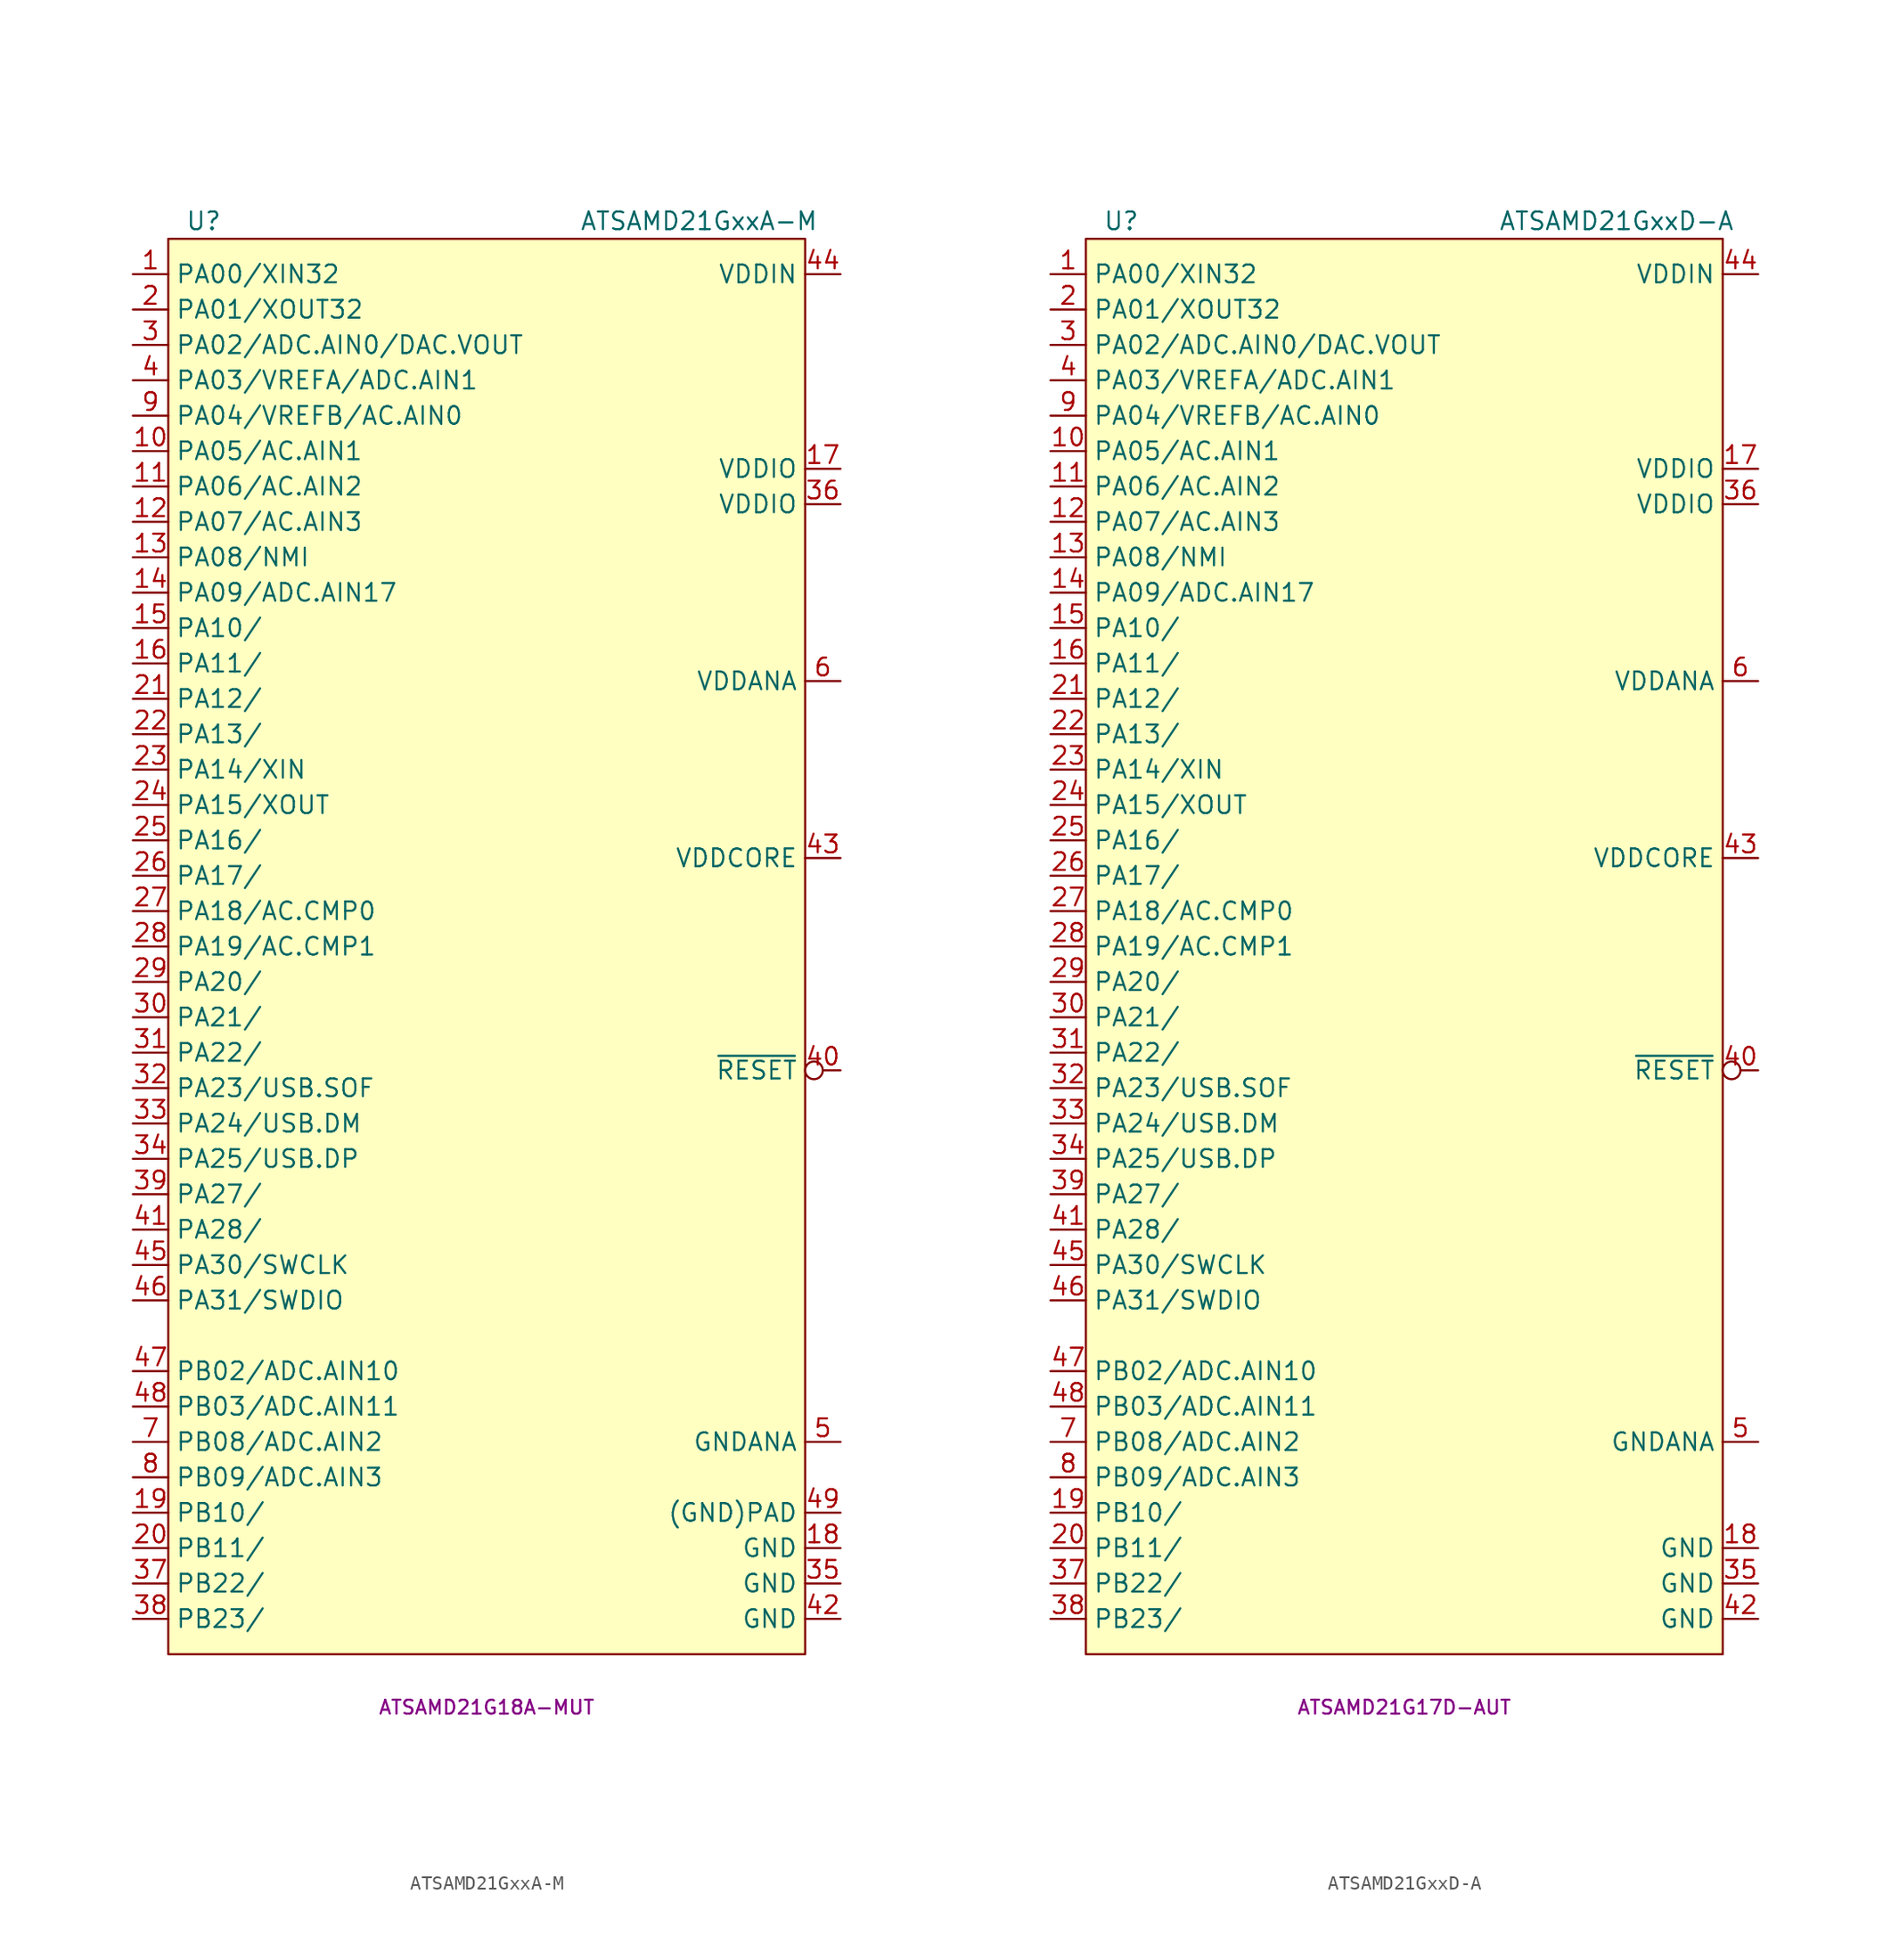
<source format=kicad_sym>
(kicad_symbol_lib
  (version 20231120)
  (generator "kicad_symbol_editor")
  (generator_version "8.0")
  (symbol "ATSAMD21GxxA-M"
    (property "Reference" "U"
      (at -20.32 49.53 0)
      (effects (font (size 1.27 1.27))))
    (property "Value" "ATSAMD21GxxA-M"
      (at 15.24 49.53 0)
      (effects (font (size 1.27 1.27))))
    (property "MPN" "ATSAMD21G18A-MUT"
      (at 0 -57.15 0)
      (effects (font (size 1 1))))
    (symbol "ATSAMD21GxxA-M_0_1"
      (rectangle (start -22.86 48.26) (end 22.86 -53.34) (stroke (width 0.152) (type default)) (fill (type background))))
    (symbol "ATSAMD21GxxA-M_1_1"
      (pin bidirectional line (at -25.4 45.72 0) (length 2.54) (name "PA00/XIN32" (effects (font (size 1.27 1.27)))) (number "1" (effects (font (size 1.27 1.27)))))
      (pin bidirectional line (at -25.4 33.02 0) (length 2.54) (name "PA05/AC.AIN1" (effects (font (size 1.27 1.27)))) (number "10" (effects (font (size 1.27 1.27)))))
      (pin bidirectional line (at -25.4 30.48 0) (length 2.54) (name "PA06/AC.AIN2" (effects (font (size 1.27 1.27)))) (number "11" (effects (font (size 1.27 1.27)))))
      (pin bidirectional line (at -25.4 27.94 0) (length 2.54) (name "PA07/AC.AIN3" (effects (font (size 1.27 1.27)))) (number "12" (effects (font (size 1.27 1.27)))))
      (pin bidirectional line (at -25.4 25.4 0) (length 2.54) (name "PA08/NMI" (effects (font (size 1.27 1.27)))) (number "13" (effects (font (size 1.27 1.27)))))
      (pin bidirectional line (at -25.4 22.86 0) (length 2.54) (name "PA09/ADC.AIN17" (effects (font (size 1.27 1.27)))) (number "14" (effects (font (size 1.27 1.27)))))
      (pin bidirectional line (at -25.4 20.32 0) (length 2.54) (name "PA10/" (effects (font (size 1.27 1.27)))) (number "15" (effects (font (size 1.27 1.27)))))
      (pin bidirectional line (at -25.4 17.78 0) (length 2.54) (name "PA11/" (effects (font (size 1.27 1.27)))) (number "16" (effects (font (size 1.27 1.27)))))
      (pin power_in line (at 25.4 31.75 180) (length 2.54) (name "VDDIO" (effects (font (size 1.27 1.27)))) (number "17" (effects (font (size 1.27 1.27)))))
      (pin power_in line (at 25.4 -45.72 180) (length 2.54) (name "GND" (effects (font (size 1.27 1.27)))) (number "18" (effects (font (size 1.27 1.27)))))
      (pin bidirectional line (at -25.4 -43.18 0) (length 2.54) (name "PB10/" (effects (font (size 1.27 1.27)))) (number "19" (effects (font (size 1.27 1.27)))))
      (pin bidirectional line (at -25.4 43.18 0) (length 2.54) (name "PA01/XOUT32" (effects (font (size 1.27 1.27)))) (number "2" (effects (font (size 1.27 1.27)))))
      (pin bidirectional line (at -25.4 -45.72 0) (length 2.54) (name "PB11/" (effects (font (size 1.27 1.27)))) (number "20" (effects (font (size 1.27 1.27)))))
      (pin bidirectional line (at -25.4 15.24 0) (length 2.54) (name "PA12/" (effects (font (size 1.27 1.27)))) (number "21" (effects (font (size 1.27 1.27)))))
      (pin bidirectional line (at -25.4 12.7 0) (length 2.54) (name "PA13/" (effects (font (size 1.27 1.27)))) (number "22" (effects (font (size 1.27 1.27)))))
      (pin bidirectional line (at -25.4 10.16 0) (length 2.54) (name "PA14/XIN" (effects (font (size 1.27 1.27)))) (number "23" (effects (font (size 1.27 1.27)))))
      (pin bidirectional line (at -25.4 7.62 0) (length 2.54) (name "PA15/XOUT" (effects (font (size 1.27 1.27)))) (number "24" (effects (font (size 1.27 1.27)))))
      (pin bidirectional line (at -25.4 5.08 0) (length 2.54) (name "PA16/" (effects (font (size 1.27 1.27)))) (number "25" (effects (font (size 1.27 1.27)))))
      (pin bidirectional line (at -25.4 2.54 0) (length 2.54) (name "PA17/" (effects (font (size 1.27 1.27)))) (number "26" (effects (font (size 1.27 1.27)))))
      (pin bidirectional line (at -25.4 0 0) (length 2.54) (name "PA18/AC.CMP0" (effects (font (size 1.27 1.27)))) (number "27" (effects (font (size 1.27 1.27)))))
      (pin bidirectional line (at -25.4 -2.54 0) (length 2.54) (name "PA19/AC.CMP1" (effects (font (size 1.27 1.27)))) (number "28" (effects (font (size 1.27 1.27)))))
      (pin bidirectional line (at -25.4 -5.08 0) (length 2.54) (name "PA20/" (effects (font (size 1.27 1.27)))) (number "29" (effects (font (size 1.27 1.27)))))
      (pin bidirectional line (at -25.4 40.64 0) (length 2.54) (name "PA02/ADC.AIN0/DAC.VOUT" (effects (font (size 1.27 1.27)))) (number "3" (effects (font (size 1.27 1.27)))))
      (pin bidirectional line (at -25.4 -7.62 0) (length 2.54) (name "PA21/" (effects (font (size 1.27 1.27)))) (number "30" (effects (font (size 1.27 1.27)))))
      (pin bidirectional line (at -25.4 -10.16 0) (length 2.54) (name "PA22/" (effects (font (size 1.27 1.27)))) (number "31" (effects (font (size 1.27 1.27)))))
      (pin bidirectional line (at -25.4 -12.7 0) (length 2.54) (name "PA23/USB.SOF" (effects (font (size 1.27 1.27)))) (number "32" (effects (font (size 1.27 1.27)))))
      (pin bidirectional line (at -25.4 -15.24 0) (length 2.54) (name "PA24/USB.DM" (effects (font (size 1.27 1.27)))) (number "33" (effects (font (size 1.27 1.27)))))
      (pin bidirectional line (at -25.4 -17.78 0) (length 2.54) (name "PA25/USB.DP" (effects (font (size 1.27 1.27)))) (number "34" (effects (font (size 1.27 1.27)))))
      (pin power_in line (at 25.4 -48.26 180) (length 2.54) (name "GND" (effects (font (size 1.27 1.27)))) (number "35" (effects (font (size 1.27 1.27)))))
      (pin power_in line (at 25.4 29.21 180) (length 2.54) (name "VDDIO" (effects (font (size 1.27 1.27)))) (number "36" (effects (font (size 1.27 1.27)))))
      (pin bidirectional line (at -25.4 -48.26 0) (length 2.54) (name "PB22/" (effects (font (size 1.27 1.27)))) (number "37" (effects (font (size 1.27 1.27)))))
      (pin bidirectional line (at -25.4 -50.8 0) (length 2.54) (name "PB23/" (effects (font (size 1.27 1.27)))) (number "38" (effects (font (size 1.27 1.27)))))
      (pin bidirectional line (at -25.4 -20.32 0) (length 2.54) (name "PA27/" (effects (font (size 1.27 1.27)))) (number "39" (effects (font (size 1.27 1.27)))))
      (pin bidirectional line (at -25.4 38.1 0) (length 2.54) (name "PA03/VREFA/ADC.AIN1" (effects (font (size 1.27 1.27)))) (number "4" (effects (font (size 1.27 1.27)))))
      (pin input inverted (at 25.4 -11.43 180) (length 2.54) (name "~{RESET}" (effects (font (size 1.27 1.27)))) (number "40" (effects (font (size 1.27 1.27)))))
      (pin bidirectional line (at -25.4 -22.86 0) (length 2.54) (name "PA28/" (effects (font (size 1.27 1.27)))) (number "41" (effects (font (size 1.27 1.27)))))
      (pin power_in line (at 25.4 -50.8 180) (length 2.54) (name "GND" (effects (font (size 1.27 1.27)))) (number "42" (effects (font (size 1.27 1.27)))))
      (pin power_in line (at 25.4 3.81 180) (length 2.54) (name "VDDCORE" (effects (font (size 1.27 1.27)))) (number "43" (effects (font (size 1.27 1.27)))))
      (pin power_in line (at 25.4 45.72 180) (length 2.54) (name "VDDIN" (effects (font (size 1.27 1.27)))) (number "44" (effects (font (size 1.27 1.27)))))
      (pin bidirectional line (at -25.4 -25.4 0) (length 2.54) (name "PA30/SWCLK" (effects (font (size 1.27 1.27)))) (number "45" (effects (font (size 1.27 1.27)))))
      (pin bidirectional line (at -25.4 -27.94 0) (length 2.54) (name "PA31/SWDIO" (effects (font (size 1.27 1.27)))) (number "46" (effects (font (size 1.27 1.27)))))
      (pin bidirectional line (at -25.4 -33.02 0) (length 2.54) (name "PB02/ADC.AIN10" (effects (font (size 1.27 1.27)))) (number "47" (effects (font (size 1.27 1.27)))))
      (pin bidirectional line (at -25.4 -35.56 0) (length 2.54) (name "PB03/ADC.AIN11" (effects (font (size 1.27 1.27)))) (number "48" (effects (font (size 1.27 1.27)))))
      (pin power_in line (at 25.4 -43.18 180) (length 2.54) (name "(GND)PAD" (effects (font (size 1.27 1.27)))) (number "49" (effects (font (size 1.27 1.27)))))
      (pin power_in line (at 25.4 -38.1 180) (length 2.54) (name "GNDANA" (effects (font (size 1.27 1.27)))) (number "5" (effects (font (size 1.27 1.27)))))
      (pin power_in line (at 25.4 16.51 180) (length 2.54) (name "VDDANA" (effects (font (size 1.27 1.27)))) (number "6" (effects (font (size 1.27 1.27)))))
      (pin bidirectional line (at -25.4 -38.1 0) (length 2.54) (name "PB08/ADC.AIN2" (effects (font (size 1.27 1.27)))) (number "7" (effects (font (size 1.27 1.27)))))
      (pin bidirectional line (at -25.4 -40.64 0) (length 2.54) (name "PB09/ADC.AIN3" (effects (font (size 1.27 1.27)))) (number "8" (effects (font (size 1.27 1.27)))))
      (pin bidirectional line (at -25.4 35.56 0) (length 2.54) (name "PA04/VREFB/AC.AIN0" (effects (font (size 1.27 1.27)))) (number "9" (effects (font (size 1.27 1.27)))))))
  (symbol "ATSAMD21GxxD-A"
    (property "Reference" "U"
      (at -20.32 49.53 0)
      (effects (font (size 1.27 1.27))))
    (property "Value" "ATSAMD21GxxD-A"
      (at 15.24 49.53 0)
      (effects (font (size 1.27 1.27))))
    (property "MPN" "ATSAMD21G17D-AUT"
      (at 0 -57.15 0)
      (effects (font (size 1 1))))
    (symbol "ATSAMD21GxxD-A_0_1"
      (rectangle (start -22.86 48.26) (end 22.86 -53.34) (stroke (width 0.152) (type default)) (fill (type background))))
    (symbol "ATSAMD21GxxD-A_1_1"
      (pin bidirectional line (at -25.4 45.72 0) (length 2.54) (name "PA00/XIN32" (effects (font (size 1.27 1.27)))) (number "1" (effects (font (size 1.27 1.27)))))
      (pin bidirectional line (at -25.4 33.02 0) (length 2.54) (name "PA05/AC.AIN1" (effects (font (size 1.27 1.27)))) (number "10" (effects (font (size 1.27 1.27)))))
      (pin bidirectional line (at -25.4 30.48 0) (length 2.54) (name "PA06/AC.AIN2" (effects (font (size 1.27 1.27)))) (number "11" (effects (font (size 1.27 1.27)))))
      (pin bidirectional line (at -25.4 27.94 0) (length 2.54) (name "PA07/AC.AIN3" (effects (font (size 1.27 1.27)))) (number "12" (effects (font (size 1.27 1.27)))))
      (pin bidirectional line (at -25.4 25.4 0) (length 2.54) (name "PA08/NMI" (effects (font (size 1.27 1.27)))) (number "13" (effects (font (size 1.27 1.27)))))
      (pin bidirectional line (at -25.4 22.86 0) (length 2.54) (name "PA09/ADC.AIN17" (effects (font (size 1.27 1.27)))) (number "14" (effects (font (size 1.27 1.27)))))
      (pin bidirectional line (at -25.4 20.32 0) (length 2.54) (name "PA10/" (effects (font (size 1.27 1.27)))) (number "15" (effects (font (size 1.27 1.27)))))
      (pin bidirectional line (at -25.4 17.78 0) (length 2.54) (name "PA11/" (effects (font (size 1.27 1.27)))) (number "16" (effects (font (size 1.27 1.27)))))
      (pin power_in line (at 25.4 31.75 180) (length 2.54) (name "VDDIO" (effects (font (size 1.27 1.27)))) (number "17" (effects (font (size 1.27 1.27)))))
      (pin power_in line (at 25.4 -45.72 180) (length 2.54) (name "GND" (effects (font (size 1.27 1.27)))) (number "18" (effects (font (size 1.27 1.27)))))
      (pin bidirectional line (at -25.4 -43.18 0) (length 2.54) (name "PB10/" (effects (font (size 1.27 1.27)))) (number "19" (effects (font (size 1.27 1.27)))))
      (pin bidirectional line (at -25.4 43.18 0) (length 2.54) (name "PA01/XOUT32" (effects (font (size 1.27 1.27)))) (number "2" (effects (font (size 1.27 1.27)))))
      (pin bidirectional line (at -25.4 -45.72 0) (length 2.54) (name "PB11/" (effects (font (size 1.27 1.27)))) (number "20" (effects (font (size 1.27 1.27)))))
      (pin bidirectional line (at -25.4 15.24 0) (length 2.54) (name "PA12/" (effects (font (size 1.27 1.27)))) (number "21" (effects (font (size 1.27 1.27)))))
      (pin bidirectional line (at -25.4 12.7 0) (length 2.54) (name "PA13/" (effects (font (size 1.27 1.27)))) (number "22" (effects (font (size 1.27 1.27)))))
      (pin bidirectional line (at -25.4 10.16 0) (length 2.54) (name "PA14/XIN" (effects (font (size 1.27 1.27)))) (number "23" (effects (font (size 1.27 1.27)))))
      (pin bidirectional line (at -25.4 7.62 0) (length 2.54) (name "PA15/XOUT" (effects (font (size 1.27 1.27)))) (number "24" (effects (font (size 1.27 1.27)))))
      (pin bidirectional line (at -25.4 5.08 0) (length 2.54) (name "PA16/" (effects (font (size 1.27 1.27)))) (number "25" (effects (font (size 1.27 1.27)))))
      (pin bidirectional line (at -25.4 2.54 0) (length 2.54) (name "PA17/" (effects (font (size 1.27 1.27)))) (number "26" (effects (font (size 1.27 1.27)))))
      (pin bidirectional line (at -25.4 0 0) (length 2.54) (name "PA18/AC.CMP0" (effects (font (size 1.27 1.27)))) (number "27" (effects (font (size 1.27 1.27)))))
      (pin bidirectional line (at -25.4 -2.54 0) (length 2.54) (name "PA19/AC.CMP1" (effects (font (size 1.27 1.27)))) (number "28" (effects (font (size 1.27 1.27)))))
      (pin bidirectional line (at -25.4 -5.08 0) (length 2.54) (name "PA20/" (effects (font (size 1.27 1.27)))) (number "29" (effects (font (size 1.27 1.27)))))
      (pin bidirectional line (at -25.4 40.64 0) (length 2.54) (name "PA02/ADC.AIN0/DAC.VOUT" (effects (font (size 1.27 1.27)))) (number "3" (effects (font (size 1.27 1.27)))))
      (pin bidirectional line (at -25.4 -7.62 0) (length 2.54) (name "PA21/" (effects (font (size 1.27 1.27)))) (number "30" (effects (font (size 1.27 1.27)))))
      (pin bidirectional line (at -25.4 -10.16 0) (length 2.54) (name "PA22/" (effects (font (size 1.27 1.27)))) (number "31" (effects (font (size 1.27 1.27)))))
      (pin bidirectional line (at -25.4 -12.7 0) (length 2.54) (name "PA23/USB.SOF" (effects (font (size 1.27 1.27)))) (number "32" (effects (font (size 1.27 1.27)))))
      (pin bidirectional line (at -25.4 -15.24 0) (length 2.54) (name "PA24/USB.DM" (effects (font (size 1.27 1.27)))) (number "33" (effects (font (size 1.27 1.27)))))
      (pin bidirectional line (at -25.4 -17.78 0) (length 2.54) (name "PA25/USB.DP" (effects (font (size 1.27 1.27)))) (number "34" (effects (font (size 1.27 1.27)))))
      (pin power_in line (at 25.4 -48.26 180) (length 2.54) (name "GND" (effects (font (size 1.27 1.27)))) (number "35" (effects (font (size 1.27 1.27)))))
      (pin power_in line (at 25.4 29.21 180) (length 2.54) (name "VDDIO" (effects (font (size 1.27 1.27)))) (number "36" (effects (font (size 1.27 1.27)))))
      (pin bidirectional line (at -25.4 -48.26 0) (length 2.54) (name "PB22/" (effects (font (size 1.27 1.27)))) (number "37" (effects (font (size 1.27 1.27)))))
      (pin bidirectional line (at -25.4 -50.8 0) (length 2.54) (name "PB23/" (effects (font (size 1.27 1.27)))) (number "38" (effects (font (size 1.27 1.27)))))
      (pin bidirectional line (at -25.4 -20.32 0) (length 2.54) (name "PA27/" (effects (font (size 1.27 1.27)))) (number "39" (effects (font (size 1.27 1.27)))))
      (pin bidirectional line (at -25.4 38.1 0) (length 2.54) (name "PA03/VREFA/ADC.AIN1" (effects (font (size 1.27 1.27)))) (number "4" (effects (font (size 1.27 1.27)))))
      (pin input inverted (at 25.4 -11.43 180) (length 2.54) (name "~{RESET}" (effects (font (size 1.27 1.27)))) (number "40" (effects (font (size 1.27 1.27)))))
      (pin bidirectional line (at -25.4 -22.86 0) (length 2.54) (name "PA28/" (effects (font (size 1.27 1.27)))) (number "41" (effects (font (size 1.27 1.27)))))
      (pin power_in line (at 25.4 -50.8 180) (length 2.54) (name "GND" (effects (font (size 1.27 1.27)))) (number "42" (effects (font (size 1.27 1.27)))))
      (pin power_in line (at 25.4 3.81 180) (length 2.54) (name "VDDCORE" (effects (font (size 1.27 1.27)))) (number "43" (effects (font (size 1.27 1.27)))))
      (pin power_in line (at 25.4 45.72 180) (length 2.54) (name "VDDIN" (effects (font (size 1.27 1.27)))) (number "44" (effects (font (size 1.27 1.27)))))
      (pin bidirectional line (at -25.4 -25.4 0) (length 2.54) (name "PA30/SWCLK" (effects (font (size 1.27 1.27)))) (number "45" (effects (font (size 1.27 1.27)))))
      (pin bidirectional line (at -25.4 -27.94 0) (length 2.54) (name "PA31/SWDIO" (effects (font (size 1.27 1.27)))) (number "46" (effects (font (size 1.27 1.27)))))
      (pin bidirectional line (at -25.4 -33.02 0) (length 2.54) (name "PB02/ADC.AIN10" (effects (font (size 1.27 1.27)))) (number "47" (effects (font (size 1.27 1.27)))))
      (pin bidirectional line (at -25.4 -35.56 0) (length 2.54) (name "PB03/ADC.AIN11" (effects (font (size 1.27 1.27)))) (number "48" (effects (font (size 1.27 1.27)))))
      (pin power_in line (at 25.4 -38.1 180) (length 2.54) (name "GNDANA" (effects (font (size 1.27 1.27)))) (number "5" (effects (font (size 1.27 1.27)))))
      (pin power_in line (at 25.4 16.51 180) (length 2.54) (name "VDDANA" (effects (font (size 1.27 1.27)))) (number "6" (effects (font (size 1.27 1.27)))))
      (pin bidirectional line (at -25.4 -38.1 0) (length 2.54) (name "PB08/ADC.AIN2" (effects (font (size 1.27 1.27)))) (number "7" (effects (font (size 1.27 1.27)))))
      (pin bidirectional line (at -25.4 -40.64 0) (length 2.54) (name "PB09/ADC.AIN3" (effects (font (size 1.27 1.27)))) (number "8" (effects (font (size 1.27 1.27)))))
      (pin bidirectional line (at -25.4 35.56 0) (length 2.54) (name "PA04/VREFB/AC.AIN0" (effects (font (size 1.27 1.27)))) (number "9" (effects (font (size 1.27 1.27))))))))
</source>
